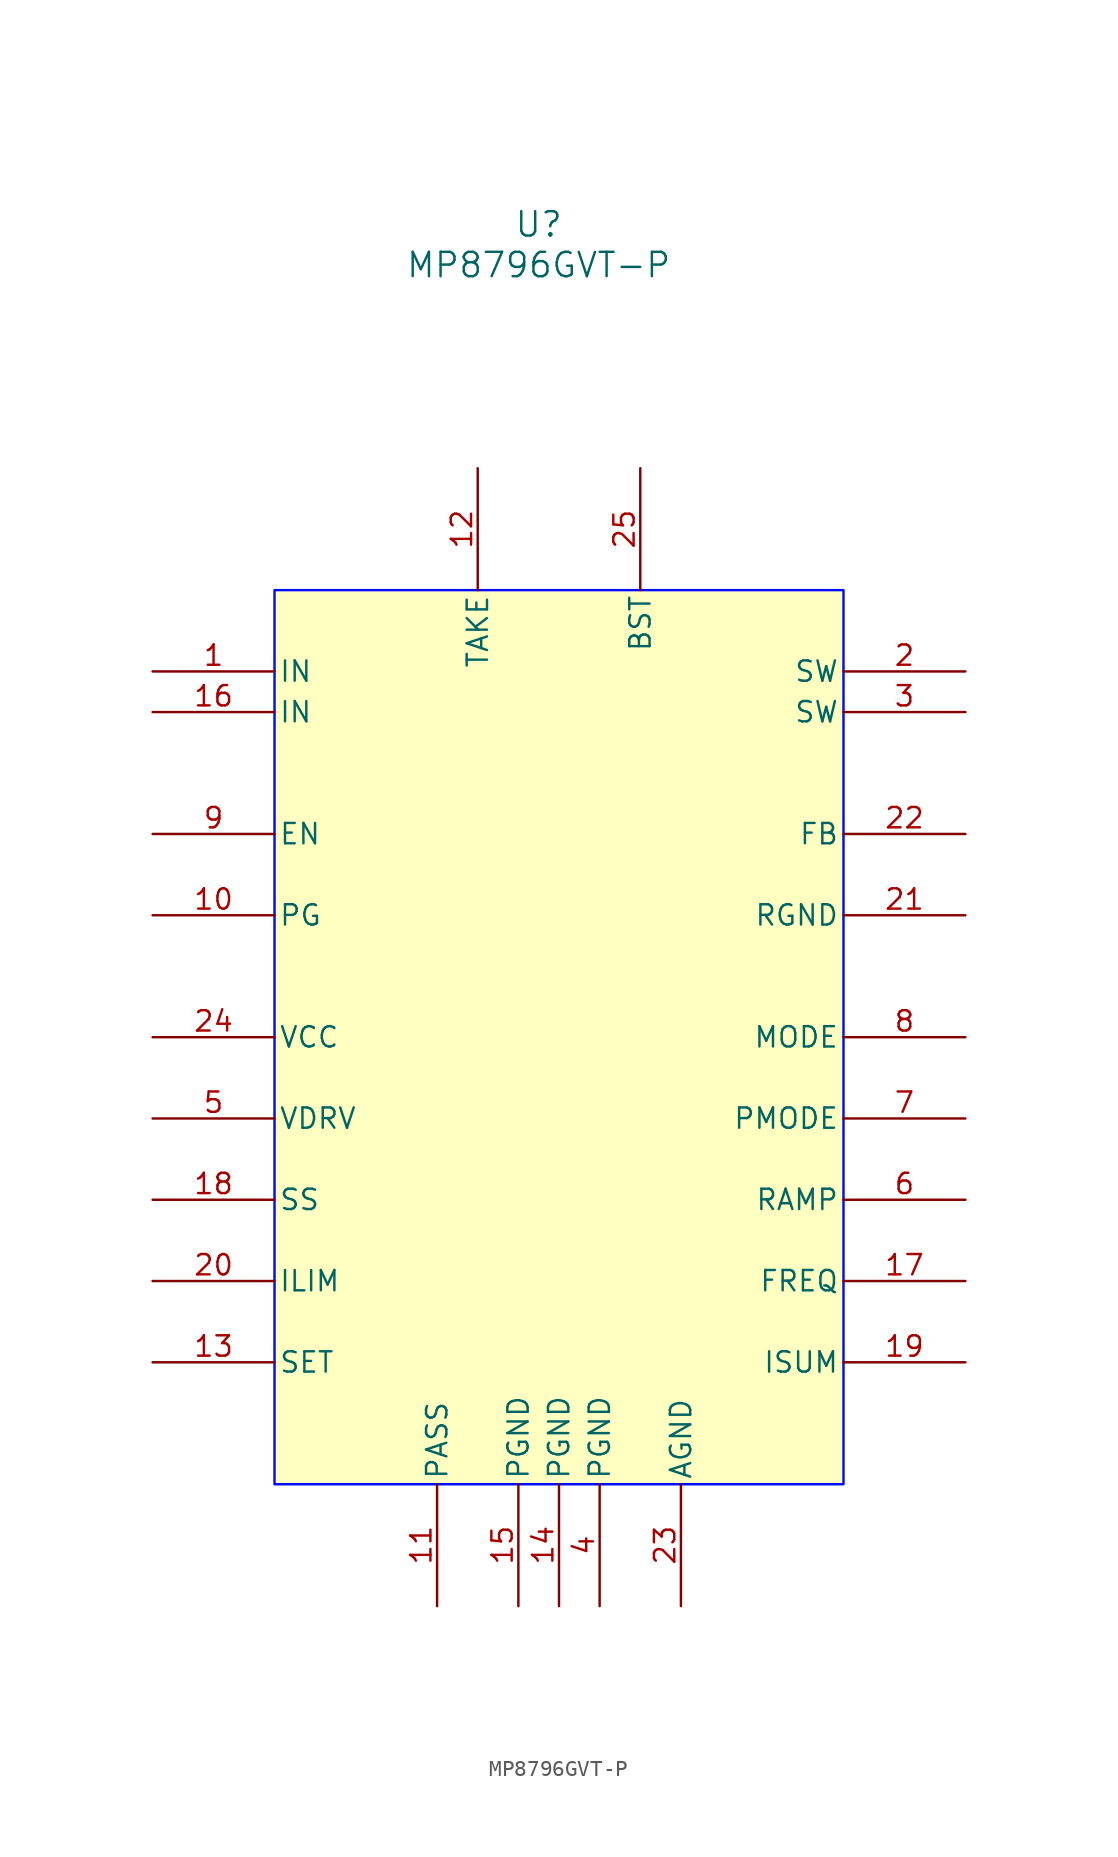
<source format=kicad_sym>
(kicad_symbol_lib
  (version 20241209)
  (generator "kicad_symbol_editor")
  (generator_version "9.0")
  (symbol "MP8796GVT-P"
    (pin_names
      (offset 0.254))
    (property "Reference" "U"
      (at 20.32 10.16 0)
      (effects (font (size 1.524 1.524))))
    (property "Value" "MP8796GVT-P"
      (at 20.32 7.62 0)
      (effects (font (size 1.524 1.524))))
    (property "ki_locked" ""
      (at 0 0 0)
      (effects (font (size 1.27 1.27))))
    (symbol "MP8796GVT-P_1_0"
      (rectangle (start 39.37 -12.7) (end 3.81 -68.58) (stroke (width 0) (type solid) (color 0 11 255 1)) (fill (type background)))
      (pin power_in line (at -3.81 -17.78 0) (length 7.62) (name "IN" (effects (font (size 1.27 1.27)))) (number "1" (effects (font (size 1.27 1.27)))))
      (pin power_in line (at -3.81 -20.32 0) (length 7.62) (name "IN" (effects (font (size 1.27 1.27)))) (number "16" (effects (font (size 1.27 1.27)))))
      (pin passive line (at -3.81 -27.94 0) (length 7.62) (name "EN" (effects (font (size 1.27 1.27)))) (number "9" (effects (font (size 1.27 1.27)))))
      (pin passive line (at -3.81 -33.02 0) (length 7.62) (name "PG" (effects (font (size 1.27 1.27)))) (number "10" (effects (font (size 1.27 1.27)))))
      (pin passive line (at -3.81 -40.64 0) (length 7.62) (name "VCC" (effects (font (size 1.27 1.27)))) (number "24" (effects (font (size 1.27 1.27)))))
      (pin passive line (at -3.81 -45.72 0) (length 7.62) (name "VDRV" (effects (font (size 1.27 1.27)))) (number "5" (effects (font (size 1.27 1.27)))))
      (pin passive line (at -3.81 -50.8 0) (length 7.62) (name "SS" (effects (font (size 1.27 1.27)))) (number "18" (effects (font (size 1.27 1.27)))))
      (pin passive line (at -3.81 -55.88 0) (length 7.62) (name "ILIM" (effects (font (size 1.27 1.27)))) (number "20" (effects (font (size 1.27 1.27)))))
      (pin passive line (at -3.81 -60.96 0) (length 7.62) (name "SET" (effects (font (size 1.27 1.27)))) (number "13" (effects (font (size 1.27 1.27)))))
      (pin passive line (at 13.97 -76.2 90) (length 7.62) (name "PASS" (effects (font (size 1.27 1.27)))) (number "11" (effects (font (size 1.27 1.27)))))
      (pin passive line (at 16.51 -5.08 270) (length 7.62) (name "TAKE" (effects (font (size 1.27 1.27)))) (number "12" (effects (font (size 1.27 1.27)))))
      (pin power_in line (at 19.05 -76.2 90) (length 7.62) (name "PGND" (effects (font (size 1.27 1.27)))) (number "15" (effects (font (size 1.27 1.27)))))
      (pin power_in line (at 21.59 -76.2 90) (length 7.62) (name "PGND" (effects (font (size 1.27 1.27)))) (number "14" (effects (font (size 1.27 1.27)))))
      (pin power_in line (at 24.13 -76.2 90) (length 7.62) (name "PGND" (effects (font (size 1.27 1.27)))) (number "4" (effects (font (size 1.27 1.27)))))
      (pin passive line (at 26.67 -5.08 270) (length 7.62) (name "BST" (effects (font (size 1.27 1.27)))) (number "25" (effects (font (size 1.27 1.27)))))
      (pin passive line (at 29.21 -76.2 90) (length 7.62) (name "AGND" (effects (font (size 1.27 1.27)))) (number "23" (effects (font (size 1.27 1.27)))))
      (pin power_in line (at 46.99 -17.78 180) (length 7.62) (name "SW" (effects (font (size 1.27 1.27)))) (number "2" (effects (font (size 1.27 1.27)))))
      (pin power_in line (at 46.99 -20.32 180) (length 7.62) (name "SW" (effects (font (size 1.27 1.27)))) (number "3" (effects (font (size 1.27 1.27)))))
      (pin passive line (at 46.99 -27.94 180) (length 7.62) (name "FB" (effects (font (size 1.27 1.27)))) (number "22" (effects (font (size 1.27 1.27)))))
      (pin passive line (at 46.99 -33.02 180) (length 7.62) (name "RGND" (effects (font (size 1.27 1.27)))) (number "21" (effects (font (size 1.27 1.27)))))
      (pin passive line (at 46.99 -40.64 180) (length 7.62) (name "MODE" (effects (font (size 1.27 1.27)))) (number "8" (effects (font (size 1.27 1.27)))))
      (pin passive line (at 46.99 -45.72 180) (length 7.62) (name "PMODE" (effects (font (size 1.27 1.27)))) (number "7" (effects (font (size 1.27 1.27)))))
      (pin passive line (at 46.99 -50.8 180) (length 7.62) (name "RAMP" (effects (font (size 1.27 1.27)))) (number "6" (effects (font (size 1.27 1.27)))))
      (pin passive line (at 46.99 -55.88 180) (length 7.62) (name "FREQ" (effects (font (size 1.27 1.27)))) (number "17" (effects (font (size 1.27 1.27)))))
      (pin passive line (at 46.99 -60.96 180) (length 7.62) (name "ISUM" (effects (font (size 1.27 1.27)))) (number "19" (effects (font (size 1.27 1.27))))))))
</source>
